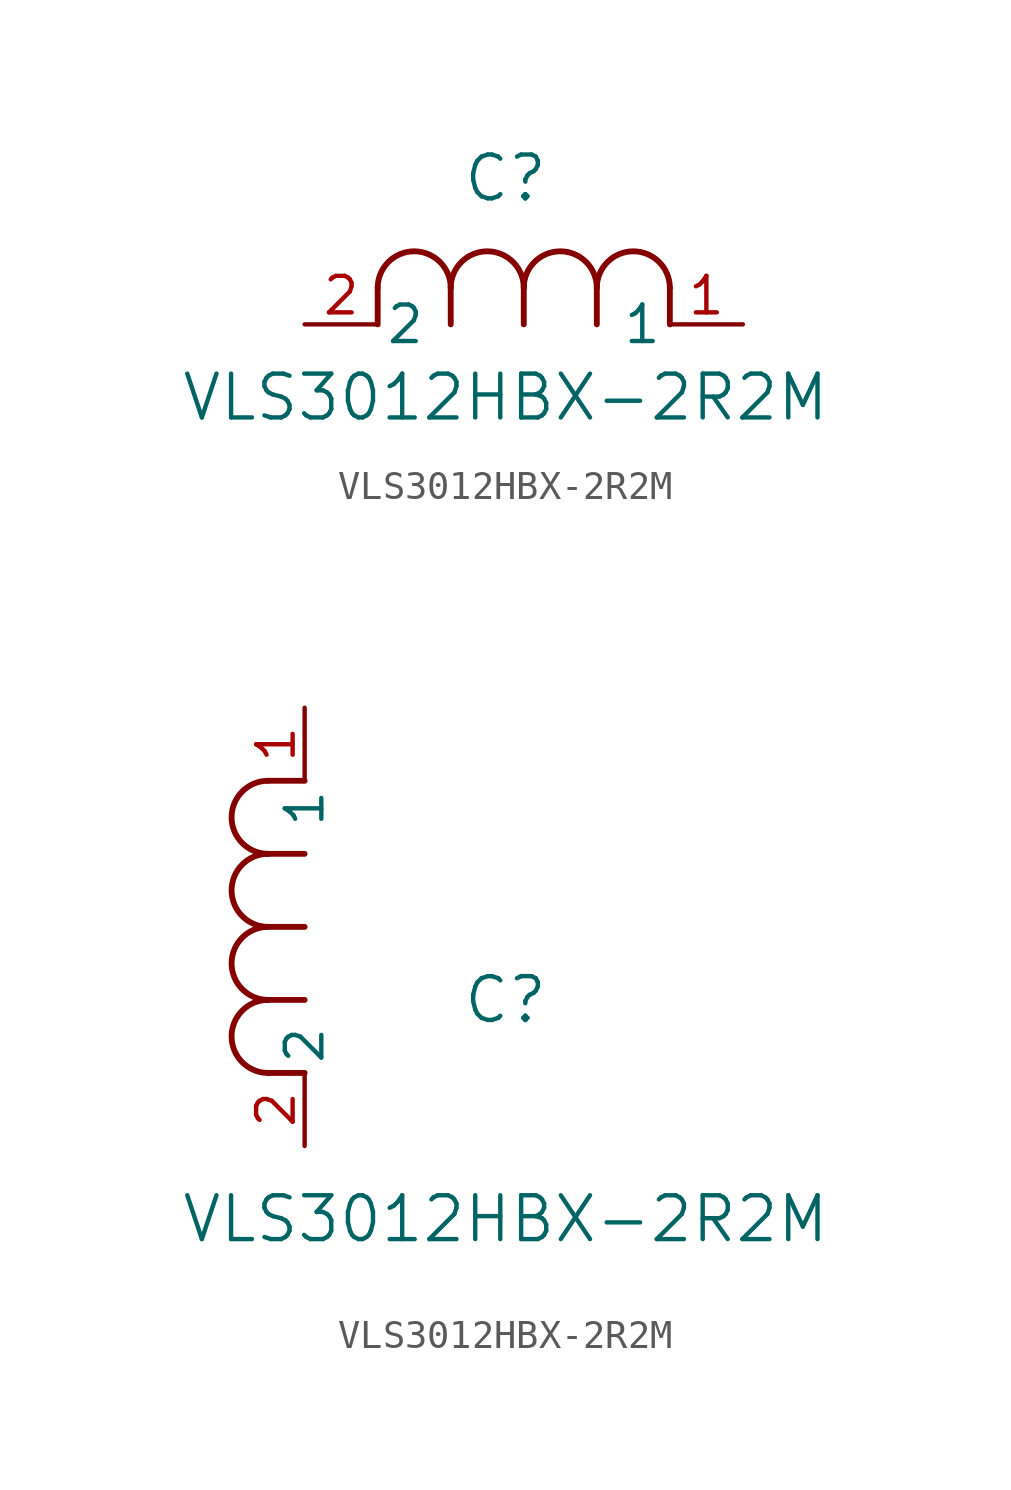
<source format=kicad_sym>
(kicad_symbol_lib
  (version 20211014)
  (generator kicad_symbol_editor)
  (symbol "VLS3012HBX-2R2M"
    (pin_names
      (offset 0.254))
    (property "Reference" "C"
      (at 6.985 5.08 0)
      (effects (font (size 1.524 1.524))))
    (property "Value" "VLS3012HBX-2R2M"
      (at 6.985 -2.54 0)
      (effects (font (size 1.524 1.524))))
    (symbol "VLS3012HBX-2R2M_1_1"
      (arc (start 7.62 1.27) (mid 6.35 2.54) (end 5.08 1.27) (stroke (width 0.2032) (type default) (color 0 0 0 0)) (fill (type none)))
      (polyline (pts (xy 5.08 0) (xy 5.08 1.27)) (stroke (width 0.203) (type default) (color 0 0 0 0)) (fill (type none)))
      (polyline (pts (xy 7.62 0) (xy 7.62 1.27)) (stroke (width 0.203) (type default) (color 0 0 0 0)) (fill (type none)))
      (polyline (pts (xy 12.7 0) (xy 12.7 1.27)) (stroke (width 0.203) (type default) (color 0 0 0 0)) (fill (type none)))
      (arc (start 5.08 1.27) (mid 3.81 2.54) (end 2.54 1.27) (stroke (width 0.2032) (type default) (color 0 0 0 0)) (fill (type none)))
      (arc (start 10.16 1.27) (mid 8.89 2.54) (end 7.62 1.27) (stroke (width 0.2032) (type default) (color 0 0 0 0)) (fill (type none)))
      (arc (start 12.7 1.27) (mid 11.43 2.54) (end 10.16 1.27) (stroke (width 0.2032) (type default) (color 0 0 0 0)) (fill (type none)))
      (polyline (pts (xy 2.54 0) (xy 2.54 1.27)) (stroke (width 0.203) (type default) (color 0 0 0 0)) (fill (type none)))
      (polyline (pts (xy 10.16 0) (xy 10.16 1.27)) (stroke (width 0.203) (type default) (color 0 0 0 0)) (fill (type none)))
      (pin unspecified line (at 15.24 0 180) (length 2.54) (name "1" (effects (font (size 1.27 1.27)))) (number "1" (effects (font (size 1.27 1.27)))))
      (pin unspecified line (at 0 0 0) (length 2.54) (name "2" (effects (font (size 1.27 1.27)))) (number "2" (effects (font (size 1.27 1.27))))))
    (symbol "VLS3012HBX-2R2M_1_2"
      (arc (start -1.27 7.62) (mid -2.54 6.35) (end -1.27 5.08) (stroke (width 0.2032) (type default) (color 0 0 0 0)) (fill (type none)))
      (arc (start -1.27 5.08) (mid -2.54 3.81) (end -1.27 2.54) (stroke (width 0.2032) (type default) (color 0 0 0 0)) (fill (type none)))
      (arc (start -1.27 12.7) (mid -2.54 11.43) (end -1.27 10.16) (stroke (width 0.2032) (type default) (color 0 0 0 0)) (fill (type none)))
      (arc (start -1.27 10.16) (mid -2.54 8.89) (end -1.27 7.62) (stroke (width 0.2032) (type default) (color 0 0 0 0)) (fill (type none)))
      (polyline (pts (xy 0 7.62) (xy -1.27 7.62)) (stroke (width 0.203) (type default) (color 0 0 0 0)) (fill (type none)))
      (polyline (pts (xy 0 5.08) (xy -1.27 5.08)) (stroke (width 0.203) (type default) (color 0 0 0 0)) (fill (type none)))
      (polyline (pts (xy 0 12.7) (xy -1.27 12.7)) (stroke (width 0.203) (type default) (color 0 0 0 0)) (fill (type none)))
      (polyline (pts (xy 0 2.54) (xy -1.27 2.54)) (stroke (width 0.203) (type default) (color 0 0 0 0)) (fill (type none)))
      (polyline (pts (xy 0 10.16) (xy -1.27 10.16)) (stroke (width 0.203) (type default) (color 0 0 0 0)) (fill (type none)))
      (pin unspecified line (at 0 15.24 270) (length 2.54) (name "1" (effects (font (size 1.27 1.27)))) (number "1" (effects (font (size 1.27 1.27)))))
      (pin unspecified line (at 0 0 90) (length 2.54) (name "2" (effects (font (size 1.27 1.27)))) (number "2" (effects (font (size 1.27 1.27))))))))
</source>
